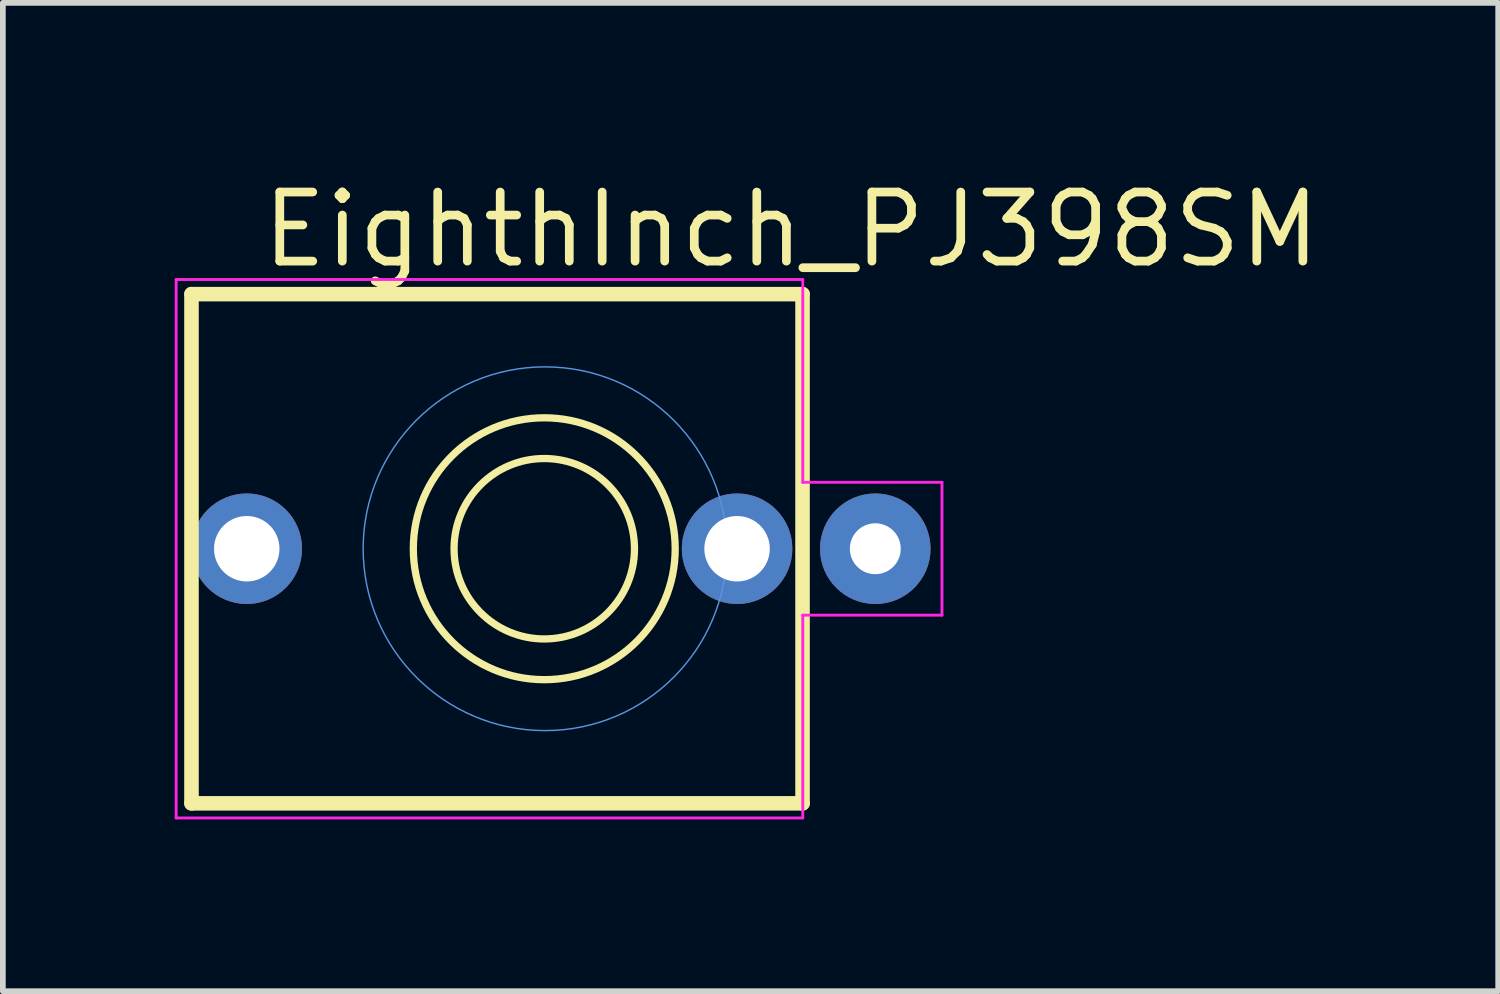
<source format=kicad_pcb>
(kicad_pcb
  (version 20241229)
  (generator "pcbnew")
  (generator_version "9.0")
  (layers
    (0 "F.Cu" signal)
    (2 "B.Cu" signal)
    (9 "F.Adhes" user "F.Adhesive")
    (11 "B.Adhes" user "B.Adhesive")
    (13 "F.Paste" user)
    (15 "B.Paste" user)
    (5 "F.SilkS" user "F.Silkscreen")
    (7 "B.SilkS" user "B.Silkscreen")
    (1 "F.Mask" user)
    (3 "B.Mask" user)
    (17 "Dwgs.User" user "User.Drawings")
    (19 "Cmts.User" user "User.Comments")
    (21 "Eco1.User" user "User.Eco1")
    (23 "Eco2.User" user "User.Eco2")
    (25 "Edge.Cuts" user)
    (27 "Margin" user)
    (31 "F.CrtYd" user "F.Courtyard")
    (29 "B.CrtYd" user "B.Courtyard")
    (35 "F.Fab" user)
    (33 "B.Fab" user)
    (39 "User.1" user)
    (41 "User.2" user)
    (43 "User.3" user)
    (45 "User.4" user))
  (footprint "EighthInch_PJ398SM"
    (layer "F.Cu")
    (at 6.465 6.53)
    (property "Reference" "EighthInch_PJ398SM" (at -5.017 -4.866 0) (layer "F.SilkS") (effects (font (size 1.206 1.206) (thickness 0.152)) (justify left bottom)))
    (attr through_hole)
    (fp_line (start -6.172 -4.445) (end -6.172 4.445) (stroke (width 0.254) (type solid)) (layer "F.SilkS"))
    (fp_line (start -6.172 4.445) (end 4.496 4.445) (stroke (width 0.254) (type solid)) (layer "F.SilkS"))
    (fp_line (start 4.496 -4.445) (end -6.172 -4.445) (stroke (width 0.254) (type solid)) (layer "F.SilkS"))
    (fp_line (start 4.496 4.445) (end 4.496 -4.445) (stroke (width 0.254) (type solid)) (layer "F.SilkS"))
    (fp_circle (center -0.013 0) (end 1.562 0) (stroke (width 0.127) (type solid)) (fill no) (layer "F.SilkS"))
    (fp_circle (center -0.013 0) (end 2.273 0) (stroke (width 0.127) (type solid)) (fill no) (layer "F.SilkS"))
    (fp_circle (center 0 0) (end 3.175 0) (stroke (width 0.025) (type solid)) (fill no) (layer "Cmts.User"))
    (fp_line (start -6.44 -4.7) (end -6.44 4.7) (stroke (width 0.05) (type solid)) (layer "F.CrtYd"))
    (fp_line (start -6.44 -4.7) (end 4.5 -4.7) (stroke (width 0.05) (type solid)) (layer "F.CrtYd"))
    (fp_line (start -6.44 4.7) (end 4.5 4.7) (stroke (width 0.05) (type solid)) (layer "F.CrtYd"))
    (fp_line (start 4.5 -4.7) (end 4.5 -1.16) (stroke (width 0.05) (type solid)) (layer "F.CrtYd"))
    (fp_line (start 4.5 -1.16) (end 6.93 -1.16) (stroke (width 0.05) (type solid)) (layer "F.CrtYd"))
    (fp_line (start 4.5 1.16) (end 4.5 4.7) (stroke (width 0.05) (type solid)) (layer "F.CrtYd"))
    (fp_line (start 6.93 -1.16) (end 6.93 1.16) (stroke (width 0.05) (type solid)) (layer "F.CrtYd"))
    (fp_line (start 6.93 1.16) (end 4.5 1.16) (stroke (width 0.05) (type solid)) (layer "F.CrtYd"))
    (pad "1" thru_hole circle (at -5.207 0) (size 1.93 1.93) (drill 1.143) (layers "*.Cu" "*.Mask"))
    (pad "2" thru_hole circle (at 5.766 0) (size 1.93 1.93) (drill 0.889) (layers "*.Cu" "*.Mask"))
    (pad "3" thru_hole circle (at 3.353 0) (size 1.93 1.93) (drill 1.143) (layers "*.Cu" "*.Mask")))
  (gr_rect
    (start -3 -3)
    (end 23.106 14.255)
    (stroke (width 0.1) (type default))
    (fill no)
    (layer "Edge.Cuts")))
</source>
